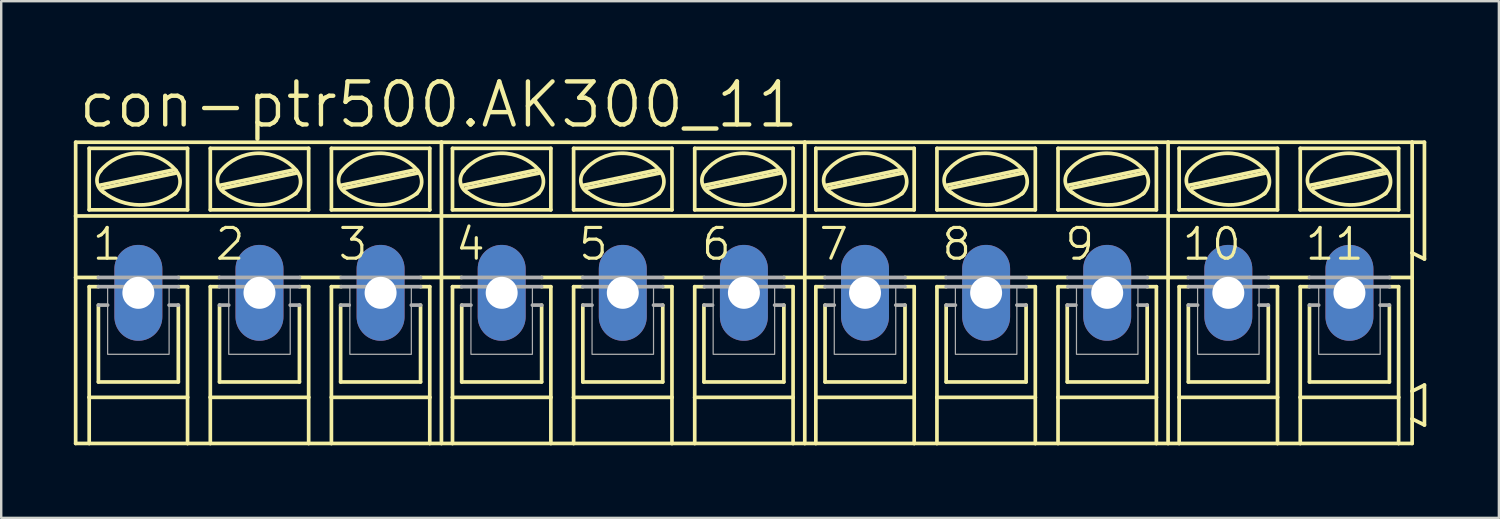
<source format=kicad_pcb>
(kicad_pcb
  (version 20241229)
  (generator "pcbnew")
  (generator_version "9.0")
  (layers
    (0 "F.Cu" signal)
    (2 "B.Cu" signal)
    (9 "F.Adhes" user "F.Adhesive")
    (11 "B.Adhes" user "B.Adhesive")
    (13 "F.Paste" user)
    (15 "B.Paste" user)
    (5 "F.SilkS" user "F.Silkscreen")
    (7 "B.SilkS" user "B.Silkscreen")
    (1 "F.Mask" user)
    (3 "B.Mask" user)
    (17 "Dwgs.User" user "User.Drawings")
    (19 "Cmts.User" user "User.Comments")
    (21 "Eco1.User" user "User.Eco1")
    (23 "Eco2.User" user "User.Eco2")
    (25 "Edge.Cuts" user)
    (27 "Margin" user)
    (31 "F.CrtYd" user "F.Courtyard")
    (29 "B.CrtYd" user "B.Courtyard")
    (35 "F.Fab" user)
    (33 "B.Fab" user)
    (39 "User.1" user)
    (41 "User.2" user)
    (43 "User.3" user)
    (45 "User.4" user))
  (footprint "con-ptr500.AK300_11"
    (layer "F.Cu")
    (at 27.686 9.049)
    (property "Reference" "con-ptr500.AK300_11" (at -27.584 -6.731 0) (layer "F.SilkS") (effects (font (size 1.778 1.778) (thickness 0.18)) (justify left bottom)))
    (attr through_hole)
    (fp_line (start -27.61 -3.175) (end -27.61 -6.223) (stroke (width 0.152) (type default)) (layer "F.SilkS"))
    (fp_line (start -27.61 -3.175) (end -12.497 -3.175) (stroke (width 0.152) (type default)) (layer "F.SilkS"))
    (fp_line (start -27.61 -0.635) (end -27.61 -3.175) (stroke (width 0.152) (type default)) (layer "F.SilkS"))
    (fp_line (start -27.61 -0.635) (end -26.67 -0.635) (stroke (width 0.152) (type default)) (layer "F.SilkS"))
    (fp_line (start -27.61 6.223) (end -27.61 -0.635) (stroke (width 0.152) (type default)) (layer "F.SilkS"))
    (fp_line (start -27.61 6.223) (end -27.051 6.223) (stroke (width 0.152) (type default)) (layer "F.SilkS"))
    (fp_line (start -27.051 -3.429) (end -27.051 -5.969) (stroke (width 0.152) (type default)) (layer "F.SilkS"))
    (fp_line (start -27.051 -0.254) (end -27.051 4.318) (stroke (width 0.152) (type default)) (layer "F.SilkS"))
    (fp_line (start -27.051 -0.254) (end -26.67 -0.254) (stroke (width 0.152) (type default)) (layer "F.SilkS"))
    (fp_line (start -27.051 4.318) (end -27.051 6.223) (stroke (width 0.152) (type default)) (layer "F.SilkS"))
    (fp_line (start -27.051 6.223) (end -22.987 6.223) (stroke (width 0.152) (type default)) (layer "F.SilkS"))
    (fp_line (start -26.67 3.683) (end -26.67 0.508) (stroke (width 0.152) (type default)) (layer "F.SilkS"))
    (fp_line (start -26.619 -4.445) (end -23.571 -5.08) (stroke (width 0.152) (type default)) (layer "F.SilkS"))
    (fp_line (start -26.492 -4.318) (end -23.444 -4.953) (stroke (width 0.152) (type default)) (layer "F.SilkS"))
    (fp_line (start -23.368 -0.635) (end -21.666 -0.635) (stroke (width 0.152) (type default)) (layer "F.SilkS"))
    (fp_line (start -23.368 3.683) (end -26.67 3.683) (stroke (width 0.152) (type default)) (layer "F.SilkS"))
    (fp_line (start -23.368 3.683) (end -23.368 0.508) (stroke (width 0.152) (type default)) (layer "F.SilkS"))
    (fp_line (start -22.987 -5.969) (end -27.051 -5.969) (stroke (width 0.152) (type default)) (layer "F.SilkS"))
    (fp_line (start -22.987 -3.429) (end -27.051 -3.429) (stroke (width 0.152) (type default)) (layer "F.SilkS"))
    (fp_line (start -22.987 -3.429) (end -22.987 -5.969) (stroke (width 0.152) (type default)) (layer "F.SilkS"))
    (fp_line (start -22.987 -0.254) (end -23.368 -0.254) (stroke (width 0.152) (type default)) (layer "F.SilkS"))
    (fp_line (start -22.987 4.318) (end -27.051 4.318) (stroke (width 0.152) (type default)) (layer "F.SilkS"))
    (fp_line (start -22.987 4.318) (end -22.987 -0.254) (stroke (width 0.152) (type default)) (layer "F.SilkS"))
    (fp_line (start -22.987 6.223) (end -22.987 4.318) (stroke (width 0.152) (type default)) (layer "F.SilkS"))
    (fp_line (start -22.987 6.223) (end -22.047 6.223) (stroke (width 0.152) (type default)) (layer "F.SilkS"))
    (fp_line (start -22.047 -5.969) (end -17.983 -5.969) (stroke (width 0.152) (type default)) (layer "F.SilkS"))
    (fp_line (start -22.047 -3.429) (end -22.047 -5.969) (stroke (width 0.152) (type default)) (layer "F.SilkS"))
    (fp_line (start -22.047 -0.254) (end -21.666 -0.254) (stroke (width 0.152) (type default)) (layer "F.SilkS"))
    (fp_line (start -22.047 4.318) (end -22.047 -0.254) (stroke (width 0.152) (type default)) (layer "F.SilkS"))
    (fp_line (start -22.047 4.318) (end -17.983 4.318) (stroke (width 0.152) (type default)) (layer "F.SilkS"))
    (fp_line (start -22.047 6.223) (end -22.047 4.318) (stroke (width 0.152) (type default)) (layer "F.SilkS"))
    (fp_line (start -22.047 6.223) (end -17.983 6.223) (stroke (width 0.152) (type default)) (layer "F.SilkS"))
    (fp_line (start -21.666 3.683) (end -21.666 0.508) (stroke (width 0.152) (type default)) (layer "F.SilkS"))
    (fp_line (start -21.641 -4.445) (end -18.593 -5.08) (stroke (width 0.152) (type default)) (layer "F.SilkS"))
    (fp_line (start -21.514 -4.318) (end -18.466 -4.953) (stroke (width 0.152) (type default)) (layer "F.SilkS"))
    (fp_line (start -18.364 3.683) (end -21.666 3.683) (stroke (width 0.152) (type default)) (layer "F.SilkS"))
    (fp_line (start -18.364 3.683) (end -18.364 0.508) (stroke (width 0.152) (type default)) (layer "F.SilkS"))
    (fp_line (start -18.339 -0.635) (end -16.662 -0.635) (stroke (width 0.152) (type default)) (layer "F.SilkS"))
    (fp_line (start -17.983 -5.969) (end -17.983 -3.429) (stroke (width 0.152) (type default)) (layer "F.SilkS"))
    (fp_line (start -17.983 -3.429) (end -22.047 -3.429) (stroke (width 0.152) (type default)) (layer "F.SilkS"))
    (fp_line (start -17.983 -0.254) (end -18.364 -0.254) (stroke (width 0.152) (type default)) (layer "F.SilkS"))
    (fp_line (start -17.983 -0.254) (end -17.983 4.318) (stroke (width 0.152) (type default)) (layer "F.SilkS"))
    (fp_line (start -17.983 4.318) (end -17.983 6.223) (stroke (width 0.152) (type default)) (layer "F.SilkS"))
    (fp_line (start -17.983 6.223) (end -17.043 6.223) (stroke (width 0.152) (type default)) (layer "F.SilkS"))
    (fp_line (start -17.043 -5.969) (end -12.979 -5.969) (stroke (width 0.152) (type default)) (layer "F.SilkS"))
    (fp_line (start -17.043 -3.429) (end -17.043 -5.969) (stroke (width 0.152) (type default)) (layer "F.SilkS"))
    (fp_line (start -17.043 -0.254) (end -16.637 -0.254) (stroke (width 0.152) (type default)) (layer "F.SilkS"))
    (fp_line (start -17.043 4.318) (end -17.043 -0.254) (stroke (width 0.152) (type default)) (layer "F.SilkS"))
    (fp_line (start -17.043 4.318) (end -12.979 4.318) (stroke (width 0.152) (type default)) (layer "F.SilkS"))
    (fp_line (start -17.043 6.223) (end -17.043 4.318) (stroke (width 0.152) (type default)) (layer "F.SilkS"))
    (fp_line (start -17.043 6.223) (end -12.979 6.223) (stroke (width 0.152) (type default)) (layer "F.SilkS"))
    (fp_line (start -16.662 3.683) (end -16.662 0.508) (stroke (width 0.152) (type default)) (layer "F.SilkS"))
    (fp_line (start -16.637 -4.445) (end -13.589 -5.08) (stroke (width 0.152) (type default)) (layer "F.SilkS"))
    (fp_line (start -16.51 -4.318) (end -13.462 -4.953) (stroke (width 0.152) (type default)) (layer "F.SilkS"))
    (fp_line (start -13.36 3.683) (end -16.662 3.683) (stroke (width 0.152) (type default)) (layer "F.SilkS"))
    (fp_line (start -13.36 3.683) (end -13.36 0.508) (stroke (width 0.152) (type default)) (layer "F.SilkS"))
    (fp_line (start -12.979 -5.969) (end -12.979 -3.429) (stroke (width 0.152) (type default)) (layer "F.SilkS"))
    (fp_line (start -12.979 -3.429) (end -17.043 -3.429) (stroke (width 0.152) (type default)) (layer "F.SilkS"))
    (fp_line (start -12.979 -0.254) (end -13.36 -0.254) (stroke (width 0.152) (type default)) (layer "F.SilkS"))
    (fp_line (start -12.979 -0.254) (end -12.979 4.318) (stroke (width 0.152) (type default)) (layer "F.SilkS"))
    (fp_line (start -12.979 4.318) (end -12.979 6.223) (stroke (width 0.152) (type default)) (layer "F.SilkS"))
    (fp_line (start -12.979 6.223) (end -12.497 6.223) (stroke (width 0.152) (type default)) (layer "F.SilkS"))
    (fp_line (start -12.497 -6.223) (end -27.61 -6.223) (stroke (width 0.152) (type default)) (layer "F.SilkS"))
    (fp_line (start -12.497 -3.175) (end -12.497 -6.223) (stroke (width 0.152) (type default)) (layer "F.SilkS"))
    (fp_line (start -12.497 -3.175) (end 2.515 -3.175) (stroke (width 0.152) (type default)) (layer "F.SilkS"))
    (fp_line (start -12.497 -0.635) (end -13.36 -0.635) (stroke (width 0.152) (type default)) (layer "F.SilkS"))
    (fp_line (start -12.497 -0.635) (end -12.497 -3.175) (stroke (width 0.152) (type default)) (layer "F.SilkS"))
    (fp_line (start -12.497 -0.635) (end -11.659 -0.635) (stroke (width 0.152) (type default)) (layer "F.SilkS"))
    (fp_line (start -12.497 6.223) (end -12.497 -0.635) (stroke (width 0.152) (type default)) (layer "F.SilkS"))
    (fp_line (start -12.497 6.223) (end -12.04 6.223) (stroke (width 0.152) (type default)) (layer "F.SilkS"))
    (fp_line (start -12.04 -3.429) (end -12.04 -5.969) (stroke (width 0.152) (type default)) (layer "F.SilkS"))
    (fp_line (start -12.04 -0.254) (end -12.04 4.318) (stroke (width 0.152) (type default)) (layer "F.SilkS"))
    (fp_line (start -12.04 -0.254) (end -11.659 -0.254) (stroke (width 0.152) (type default)) (layer "F.SilkS"))
    (fp_line (start -12.04 4.318) (end -12.04 6.223) (stroke (width 0.152) (type default)) (layer "F.SilkS"))
    (fp_line (start -12.04 6.223) (end -7.976 6.223) (stroke (width 0.152) (type default)) (layer "F.SilkS"))
    (fp_line (start -11.659 3.683) (end -11.659 0.508) (stroke (width 0.152) (type default)) (layer "F.SilkS"))
    (fp_line (start -11.608 -4.445) (end -8.56 -5.08) (stroke (width 0.152) (type default)) (layer "F.SilkS"))
    (fp_line (start -11.481 -4.318) (end -8.433 -4.953) (stroke (width 0.152) (type default)) (layer "F.SilkS"))
    (fp_line (start -8.357 -0.635) (end -6.655 -0.635) (stroke (width 0.152) (type default)) (layer "F.SilkS"))
    (fp_line (start -8.357 3.683) (end -11.659 3.683) (stroke (width 0.152) (type default)) (layer "F.SilkS"))
    (fp_line (start -8.357 3.683) (end -8.357 0.508) (stroke (width 0.152) (type default)) (layer "F.SilkS"))
    (fp_line (start -7.976 -5.969) (end -12.04 -5.969) (stroke (width 0.152) (type default)) (layer "F.SilkS"))
    (fp_line (start -7.976 -3.429) (end -12.04 -3.429) (stroke (width 0.152) (type default)) (layer "F.SilkS"))
    (fp_line (start -7.976 -3.429) (end -7.976 -5.969) (stroke (width 0.152) (type default)) (layer "F.SilkS"))
    (fp_line (start -7.976 -0.254) (end -8.357 -0.254) (stroke (width 0.152) (type default)) (layer "F.SilkS"))
    (fp_line (start -7.976 4.318) (end -12.04 4.318) (stroke (width 0.152) (type default)) (layer "F.SilkS"))
    (fp_line (start -7.976 4.318) (end -7.976 -0.254) (stroke (width 0.152) (type default)) (layer "F.SilkS"))
    (fp_line (start -7.976 6.223) (end -7.976 4.318) (stroke (width 0.152) (type default)) (layer "F.SilkS"))
    (fp_line (start -7.976 6.223) (end -7.036 6.223) (stroke (width 0.152) (type default)) (layer "F.SilkS"))
    (fp_line (start -7.036 -5.969) (end -2.972 -5.969) (stroke (width 0.152) (type default)) (layer "F.SilkS"))
    (fp_line (start -7.036 -3.429) (end -7.036 -5.969) (stroke (width 0.152) (type default)) (layer "F.SilkS"))
    (fp_line (start -7.036 -0.254) (end -6.655 -0.254) (stroke (width 0.152) (type default)) (layer "F.SilkS"))
    (fp_line (start -7.036 4.318) (end -7.036 -0.254) (stroke (width 0.152) (type default)) (layer "F.SilkS"))
    (fp_line (start -7.036 4.318) (end -2.972 4.318) (stroke (width 0.152) (type default)) (layer "F.SilkS"))
    (fp_line (start -7.036 6.223) (end -7.036 4.318) (stroke (width 0.152) (type default)) (layer "F.SilkS"))
    (fp_line (start -7.036 6.223) (end -2.972 6.223) (stroke (width 0.152) (type default)) (layer "F.SilkS"))
    (fp_line (start -6.655 3.683) (end -6.655 0.508) (stroke (width 0.152) (type default)) (layer "F.SilkS"))
    (fp_line (start -6.629 -4.445) (end -3.581 -5.08) (stroke (width 0.152) (type default)) (layer "F.SilkS"))
    (fp_line (start -6.502 -4.318) (end -3.454 -4.953) (stroke (width 0.152) (type default)) (layer "F.SilkS"))
    (fp_line (start -3.353 3.683) (end -6.655 3.683) (stroke (width 0.152) (type default)) (layer "F.SilkS"))
    (fp_line (start -3.353 3.683) (end -3.353 0.508) (stroke (width 0.152) (type default)) (layer "F.SilkS"))
    (fp_line (start -3.327 -0.635) (end -1.651 -0.635) (stroke (width 0.152) (type default)) (layer "F.SilkS"))
    (fp_line (start -2.972 -5.969) (end -2.972 -3.429) (stroke (width 0.152) (type default)) (layer "F.SilkS"))
    (fp_line (start -2.972 -3.429) (end -7.036 -3.429) (stroke (width 0.152) (type default)) (layer "F.SilkS"))
    (fp_line (start -2.972 -0.254) (end -3.353 -0.254) (stroke (width 0.152) (type default)) (layer "F.SilkS"))
    (fp_line (start -2.972 -0.254) (end -2.972 4.318) (stroke (width 0.152) (type default)) (layer "F.SilkS"))
    (fp_line (start -2.972 4.318) (end -2.972 6.223) (stroke (width 0.152) (type default)) (layer "F.SilkS"))
    (fp_line (start -2.972 6.223) (end -2.032 6.223) (stroke (width 0.152) (type default)) (layer "F.SilkS"))
    (fp_line (start -2.032 -5.969) (end 2.032 -5.969) (stroke (width 0.152) (type default)) (layer "F.SilkS"))
    (fp_line (start -2.032 -3.429) (end -2.032 -5.969) (stroke (width 0.152) (type default)) (layer "F.SilkS"))
    (fp_line (start -2.032 -0.254) (end -1.626 -0.254) (stroke (width 0.152) (type default)) (layer "F.SilkS"))
    (fp_line (start -2.032 4.318) (end -2.032 -0.254) (stroke (width 0.152) (type default)) (layer "F.SilkS"))
    (fp_line (start -2.032 4.318) (end 2.032 4.318) (stroke (width 0.152) (type default)) (layer "F.SilkS"))
    (fp_line (start -2.032 6.223) (end -2.032 4.318) (stroke (width 0.152) (type default)) (layer "F.SilkS"))
    (fp_line (start -2.032 6.223) (end 2.032 6.223) (stroke (width 0.152) (type default)) (layer "F.SilkS"))
    (fp_line (start -1.651 3.683) (end -1.651 0.508) (stroke (width 0.152) (type default)) (layer "F.SilkS"))
    (fp_line (start -1.626 -4.445) (end 1.422 -5.08) (stroke (width 0.152) (type default)) (layer "F.SilkS"))
    (fp_line (start -1.499 -4.318) (end 1.549 -4.953) (stroke (width 0.152) (type default)) (layer "F.SilkS"))
    (fp_line (start 1.651 3.683) (end -1.651 3.683) (stroke (width 0.152) (type default)) (layer "F.SilkS"))
    (fp_line (start 1.651 3.683) (end 1.651 0.508) (stroke (width 0.152) (type default)) (layer "F.SilkS"))
    (fp_line (start 2.032 -5.969) (end 2.032 -3.429) (stroke (width 0.152) (type default)) (layer "F.SilkS"))
    (fp_line (start 2.032 -3.429) (end -2.032 -3.429) (stroke (width 0.152) (type default)) (layer "F.SilkS"))
    (fp_line (start 2.032 -0.254) (end 1.651 -0.254) (stroke (width 0.152) (type default)) (layer "F.SilkS"))
    (fp_line (start 2.032 -0.254) (end 2.032 4.318) (stroke (width 0.152) (type default)) (layer "F.SilkS"))
    (fp_line (start 2.032 4.318) (end 2.032 6.223) (stroke (width 0.152) (type default)) (layer "F.SilkS"))
    (fp_line (start 2.032 6.223) (end 2.515 6.223) (stroke (width 0.152) (type default)) (layer "F.SilkS"))
    (fp_line (start 2.515 -6.223) (end -12.497 -6.223) (stroke (width 0.152) (type default)) (layer "F.SilkS"))
    (fp_line (start 2.515 -3.175) (end 2.515 -6.223) (stroke (width 0.152) (type default)) (layer "F.SilkS"))
    (fp_line (start 2.515 -3.175) (end 17.526 -3.175) (stroke (width 0.152) (type default)) (layer "F.SilkS"))
    (fp_line (start 2.515 -0.635) (end 1.651 -0.635) (stroke (width 0.152) (type default)) (layer "F.SilkS"))
    (fp_line (start 2.515 -0.635) (end 2.515 -3.175) (stroke (width 0.152) (type default)) (layer "F.SilkS"))
    (fp_line (start 2.515 -0.635) (end 3.353 -0.635) (stroke (width 0.152) (type default)) (layer "F.SilkS"))
    (fp_line (start 2.515 6.223) (end 2.515 -0.635) (stroke (width 0.152) (type default)) (layer "F.SilkS"))
    (fp_line (start 2.515 6.223) (end 2.972 6.223) (stroke (width 0.152) (type default)) (layer "F.SilkS"))
    (fp_line (start 2.972 -3.429) (end 2.972 -5.969) (stroke (width 0.152) (type default)) (layer "F.SilkS"))
    (fp_line (start 2.972 -0.254) (end 2.972 4.318) (stroke (width 0.152) (type default)) (layer "F.SilkS"))
    (fp_line (start 2.972 -0.254) (end 3.353 -0.254) (stroke (width 0.152) (type default)) (layer "F.SilkS"))
    (fp_line (start 2.972 4.318) (end 2.972 6.223) (stroke (width 0.152) (type default)) (layer "F.SilkS"))
    (fp_line (start 2.972 6.223) (end 7.036 6.223) (stroke (width 0.152) (type default)) (layer "F.SilkS"))
    (fp_line (start 3.353 3.683) (end 3.353 0.508) (stroke (width 0.152) (type default)) (layer "F.SilkS"))
    (fp_line (start 3.404 -4.445) (end 6.452 -5.08) (stroke (width 0.152) (type default)) (layer "F.SilkS"))
    (fp_line (start 3.531 -4.318) (end 6.579 -4.953) (stroke (width 0.152) (type default)) (layer "F.SilkS"))
    (fp_line (start 6.655 -0.635) (end 8.357 -0.635) (stroke (width 0.152) (type default)) (layer "F.SilkS"))
    (fp_line (start 6.655 3.683) (end 3.353 3.683) (stroke (width 0.152) (type default)) (layer "F.SilkS"))
    (fp_line (start 6.655 3.683) (end 6.655 0.508) (stroke (width 0.152) (type default)) (layer "F.SilkS"))
    (fp_line (start 7.036 -5.969) (end 2.972 -5.969) (stroke (width 0.152) (type default)) (layer "F.SilkS"))
    (fp_line (start 7.036 -3.429) (end 2.972 -3.429) (stroke (width 0.152) (type default)) (layer "F.SilkS"))
    (fp_line (start 7.036 -3.429) (end 7.036 -5.969) (stroke (width 0.152) (type default)) (layer "F.SilkS"))
    (fp_line (start 7.036 -0.254) (end 6.655 -0.254) (stroke (width 0.152) (type default)) (layer "F.SilkS"))
    (fp_line (start 7.036 4.318) (end 2.972 4.318) (stroke (width 0.152) (type default)) (layer "F.SilkS"))
    (fp_line (start 7.036 4.318) (end 7.036 -0.254) (stroke (width 0.152) (type default)) (layer "F.SilkS"))
    (fp_line (start 7.036 6.223) (end 7.036 4.318) (stroke (width 0.152) (type default)) (layer "F.SilkS"))
    (fp_line (start 7.036 6.223) (end 7.976 6.223) (stroke (width 0.152) (type default)) (layer "F.SilkS"))
    (fp_line (start 7.976 -5.969) (end 12.04 -5.969) (stroke (width 0.152) (type default)) (layer "F.SilkS"))
    (fp_line (start 7.976 -3.429) (end 7.976 -5.969) (stroke (width 0.152) (type default)) (layer "F.SilkS"))
    (fp_line (start 7.976 -0.254) (end 8.357 -0.254) (stroke (width 0.152) (type default)) (layer "F.SilkS"))
    (fp_line (start 7.976 4.318) (end 7.976 -0.254) (stroke (width 0.152) (type default)) (layer "F.SilkS"))
    (fp_line (start 7.976 4.318) (end 12.04 4.318) (stroke (width 0.152) (type default)) (layer "F.SilkS"))
    (fp_line (start 7.976 6.223) (end 7.976 4.318) (stroke (width 0.152) (type default)) (layer "F.SilkS"))
    (fp_line (start 7.976 6.223) (end 12.04 6.223) (stroke (width 0.152) (type default)) (layer "F.SilkS"))
    (fp_line (start 8.357 3.683) (end 8.357 0.508) (stroke (width 0.152) (type default)) (layer "F.SilkS"))
    (fp_line (start 8.382 -4.445) (end 11.43 -5.08) (stroke (width 0.152) (type default)) (layer "F.SilkS"))
    (fp_line (start 8.509 -4.318) (end 11.557 -4.953) (stroke (width 0.152) (type default)) (layer "F.SilkS"))
    (fp_line (start 11.659 3.683) (end 8.357 3.683) (stroke (width 0.152) (type default)) (layer "F.SilkS"))
    (fp_line (start 11.659 3.683) (end 11.659 0.508) (stroke (width 0.152) (type default)) (layer "F.SilkS"))
    (fp_line (start 11.684 -0.635) (end 13.36 -0.635) (stroke (width 0.152) (type default)) (layer "F.SilkS"))
    (fp_line (start 12.04 -5.969) (end 12.04 -3.429) (stroke (width 0.152) (type default)) (layer "F.SilkS"))
    (fp_line (start 12.04 -3.429) (end 7.976 -3.429) (stroke (width 0.152) (type default)) (layer "F.SilkS"))
    (fp_line (start 12.04 -0.254) (end 11.659 -0.254) (stroke (width 0.152) (type default)) (layer "F.SilkS"))
    (fp_line (start 12.04 -0.254) (end 12.04 4.318) (stroke (width 0.152) (type default)) (layer "F.SilkS"))
    (fp_line (start 12.04 4.318) (end 12.04 6.223) (stroke (width 0.152) (type default)) (layer "F.SilkS"))
    (fp_line (start 12.04 6.223) (end 12.979 6.223) (stroke (width 0.152) (type default)) (layer "F.SilkS"))
    (fp_line (start 12.979 -5.969) (end 17.043 -5.969) (stroke (width 0.152) (type default)) (layer "F.SilkS"))
    (fp_line (start 12.979 -3.429) (end 12.979 -5.969) (stroke (width 0.152) (type default)) (layer "F.SilkS"))
    (fp_line (start 12.979 -0.254) (end 13.386 -0.254) (stroke (width 0.152) (type default)) (layer "F.SilkS"))
    (fp_line (start 12.979 4.318) (end 12.979 -0.254) (stroke (width 0.152) (type default)) (layer "F.SilkS"))
    (fp_line (start 12.979 4.318) (end 17.043 4.318) (stroke (width 0.152) (type default)) (layer "F.SilkS"))
    (fp_line (start 12.979 6.223) (end 12.979 4.318) (stroke (width 0.152) (type default)) (layer "F.SilkS"))
    (fp_line (start 12.979 6.223) (end 17.043 6.223) (stroke (width 0.152) (type default)) (layer "F.SilkS"))
    (fp_line (start 13.36 3.683) (end 13.36 0.508) (stroke (width 0.152) (type default)) (layer "F.SilkS"))
    (fp_line (start 13.386 -4.445) (end 16.434 -5.08) (stroke (width 0.152) (type default)) (layer "F.SilkS"))
    (fp_line (start 13.513 -4.318) (end 16.561 -4.953) (stroke (width 0.152) (type default)) (layer "F.SilkS"))
    (fp_line (start 16.662 3.683) (end 13.36 3.683) (stroke (width 0.152) (type default)) (layer "F.SilkS"))
    (fp_line (start 16.662 3.683) (end 16.662 0.508) (stroke (width 0.152) (type default)) (layer "F.SilkS"))
    (fp_line (start 17.043 -5.969) (end 17.043 -3.429) (stroke (width 0.152) (type default)) (layer "F.SilkS"))
    (fp_line (start 17.043 -3.429) (end 12.979 -3.429) (stroke (width 0.152) (type default)) (layer "F.SilkS"))
    (fp_line (start 17.043 -0.254) (end 16.662 -0.254) (stroke (width 0.152) (type default)) (layer "F.SilkS"))
    (fp_line (start 17.043 -0.254) (end 17.043 4.318) (stroke (width 0.152) (type default)) (layer "F.SilkS"))
    (fp_line (start 17.043 4.318) (end 17.043 6.223) (stroke (width 0.152) (type default)) (layer "F.SilkS"))
    (fp_line (start 17.043 6.223) (end 17.526 6.223) (stroke (width 0.152) (type default)) (layer "F.SilkS"))
    (fp_line (start 17.526 -6.223) (end 2.515 -6.223) (stroke (width 0.152) (type default)) (layer "F.SilkS"))
    (fp_line (start 17.526 -3.175) (end 17.526 -6.223) (stroke (width 0.152) (type default)) (layer "F.SilkS"))
    (fp_line (start 17.526 -3.175) (end 27.61 -3.175) (stroke (width 0.152) (type default)) (layer "F.SilkS"))
    (fp_line (start 17.526 -0.635) (end 16.662 -0.635) (stroke (width 0.152) (type default)) (layer "F.SilkS"))
    (fp_line (start 17.526 -0.635) (end 17.526 -3.175) (stroke (width 0.152) (type default)) (layer "F.SilkS"))
    (fp_line (start 17.526 -0.635) (end 18.364 -0.635) (stroke (width 0.152) (type default)) (layer "F.SilkS"))
    (fp_line (start 17.526 6.223) (end 17.526 -0.635) (stroke (width 0.152) (type default)) (layer "F.SilkS"))
    (fp_line (start 17.526 6.223) (end 17.983 6.223) (stroke (width 0.152) (type default)) (layer "F.SilkS"))
    (fp_line (start 17.983 -3.429) (end 17.983 -5.969) (stroke (width 0.152) (type default)) (layer "F.SilkS"))
    (fp_line (start 17.983 -0.254) (end 17.983 4.318) (stroke (width 0.152) (type default)) (layer "F.SilkS"))
    (fp_line (start 17.983 -0.254) (end 18.364 -0.254) (stroke (width 0.152) (type default)) (layer "F.SilkS"))
    (fp_line (start 17.983 4.318) (end 17.983 6.223) (stroke (width 0.152) (type default)) (layer "F.SilkS"))
    (fp_line (start 17.983 6.223) (end 22.047 6.223) (stroke (width 0.152) (type default)) (layer "F.SilkS"))
    (fp_line (start 18.364 3.683) (end 18.364 0.508) (stroke (width 0.152) (type default)) (layer "F.SilkS"))
    (fp_line (start 18.39 -4.445) (end 21.438 -5.08) (stroke (width 0.152) (type default)) (layer "F.SilkS"))
    (fp_line (start 18.517 -4.318) (end 21.565 -4.953) (stroke (width 0.152) (type default)) (layer "F.SilkS"))
    (fp_line (start 21.666 -0.635) (end 23.368 -0.635) (stroke (width 0.152) (type default)) (layer "F.SilkS"))
    (fp_line (start 21.666 3.683) (end 18.364 3.683) (stroke (width 0.152) (type default)) (layer "F.SilkS"))
    (fp_line (start 21.666 3.683) (end 21.666 0.508) (stroke (width 0.152) (type default)) (layer "F.SilkS"))
    (fp_line (start 22.047 -5.969) (end 17.983 -5.969) (stroke (width 0.152) (type default)) (layer "F.SilkS"))
    (fp_line (start 22.047 -3.429) (end 17.983 -3.429) (stroke (width 0.152) (type default)) (layer "F.SilkS"))
    (fp_line (start 22.047 -3.429) (end 22.047 -5.969) (stroke (width 0.152) (type default)) (layer "F.SilkS"))
    (fp_line (start 22.047 -0.254) (end 21.666 -0.254) (stroke (width 0.152) (type default)) (layer "F.SilkS"))
    (fp_line (start 22.047 4.318) (end 17.983 4.318) (stroke (width 0.152) (type default)) (layer "F.SilkS"))
    (fp_line (start 22.047 4.318) (end 22.047 -0.254) (stroke (width 0.152) (type default)) (layer "F.SilkS"))
    (fp_line (start 22.047 6.223) (end 22.047 4.318) (stroke (width 0.152) (type default)) (layer "F.SilkS"))
    (fp_line (start 22.047 6.223) (end 22.987 6.223) (stroke (width 0.152) (type default)) (layer "F.SilkS"))
    (fp_line (start 22.987 -5.969) (end 27.051 -5.969) (stroke (width 0.152) (type default)) (layer "F.SilkS"))
    (fp_line (start 22.987 -3.429) (end 22.987 -5.969) (stroke (width 0.152) (type default)) (layer "F.SilkS"))
    (fp_line (start 22.987 -0.254) (end 23.368 -0.254) (stroke (width 0.152) (type default)) (layer "F.SilkS"))
    (fp_line (start 22.987 4.318) (end 22.987 -0.254) (stroke (width 0.152) (type default)) (layer "F.SilkS"))
    (fp_line (start 22.987 4.318) (end 27.051 4.318) (stroke (width 0.152) (type default)) (layer "F.SilkS"))
    (fp_line (start 22.987 6.223) (end 22.987 4.318) (stroke (width 0.152) (type default)) (layer "F.SilkS"))
    (fp_line (start 22.987 6.223) (end 27.051 6.223) (stroke (width 0.152) (type default)) (layer "F.SilkS"))
    (fp_line (start 23.368 3.683) (end 23.368 0.508) (stroke (width 0.152) (type default)) (layer "F.SilkS"))
    (fp_line (start 23.393 -4.445) (end 26.441 -5.08) (stroke (width 0.152) (type default)) (layer "F.SilkS"))
    (fp_line (start 23.52 -4.318) (end 26.568 -4.953) (stroke (width 0.152) (type default)) (layer "F.SilkS"))
    (fp_line (start 26.67 3.683) (end 23.368 3.683) (stroke (width 0.152) (type default)) (layer "F.SilkS"))
    (fp_line (start 26.67 3.683) (end 26.67 0.508) (stroke (width 0.152) (type default)) (layer "F.SilkS"))
    (fp_line (start 27.051 -5.969) (end 27.051 -3.429) (stroke (width 0.152) (type default)) (layer "F.SilkS"))
    (fp_line (start 27.051 -3.429) (end 22.987 -3.429) (stroke (width 0.152) (type default)) (layer "F.SilkS"))
    (fp_line (start 27.051 -0.254) (end 26.67 -0.254) (stroke (width 0.152) (type default)) (layer "F.SilkS"))
    (fp_line (start 27.051 -0.254) (end 27.051 4.318) (stroke (width 0.152) (type default)) (layer "F.SilkS"))
    (fp_line (start 27.051 4.318) (end 27.051 6.223) (stroke (width 0.152) (type default)) (layer "F.SilkS"))
    (fp_line (start 27.051 6.223) (end 27.61 6.223) (stroke (width 0.152) (type default)) (layer "F.SilkS"))
    (fp_line (start 27.61 -6.223) (end 17.526 -6.223) (stroke (width 0.152) (type default)) (layer "F.SilkS"))
    (fp_line (start 27.61 -6.223) (end 27.61 -3.175) (stroke (width 0.152) (type default)) (layer "F.SilkS"))
    (fp_line (start 27.61 -6.223) (end 28.118 -6.223) (stroke (width 0.152) (type default)) (layer "F.SilkS"))
    (fp_line (start 27.61 -3.175) (end 27.61 -1.651) (stroke (width 0.152) (type default)) (layer "F.SilkS"))
    (fp_line (start 27.61 -1.651) (end 27.61 -0.635) (stroke (width 0.152) (type default)) (layer "F.SilkS"))
    (fp_line (start 27.61 -0.635) (end 26.67 -0.635) (stroke (width 0.152) (type default)) (layer "F.SilkS"))
    (fp_line (start 27.61 -0.635) (end 27.61 4.064) (stroke (width 0.152) (type default)) (layer "F.SilkS"))
    (fp_line (start 27.61 4.064) (end 27.61 5.207) (stroke (width 0.152) (type default)) (layer "F.SilkS"))
    (fp_line (start 27.61 5.207) (end 27.61 6.223) (stroke (width 0.152) (type default)) (layer "F.SilkS"))
    (fp_line (start 28.118 -6.223) (end 28.118 -1.397) (stroke (width 0.152) (type default)) (layer "F.SilkS"))
    (fp_line (start 28.118 -1.397) (end 27.61 -1.651) (stroke (width 0.152) (type default)) (layer "F.SilkS"))
    (fp_line (start 28.118 3.81) (end 27.61 4.064) (stroke (width 0.152) (type default)) (layer "F.SilkS"))
    (fp_line (start 28.118 3.81) (end 28.118 5.461) (stroke (width 0.152) (type default)) (layer "F.SilkS"))
    (fp_line (start 28.118 5.461) (end 27.61 5.207) (stroke (width 0.152) (type default)) (layer "F.SilkS"))
    (fp_arc (start -26.6192 -5.0038) (mid -25.054827 -5.766949) (end -23.4648 -5.0588) (stroke (width 0.1524) (type default)) (layer "F.SilkS"))
    (fp_arc (start -26.4247 -4.1297) (mid -26.722624 -4.557025) (end -26.5684 -5.0546) (stroke (width 0.1524) (type default)) (layer "F.SilkS"))
    (fp_arc (start -23.479 -4.1188) (mid -24.980903 -3.631243) (end -26.4668 -4.1656) (stroke (width 0.1524) (type default)) (layer "F.SilkS"))
    (fp_arc (start -23.4697 -5.0545) (mid -23.29534 -4.558084) (end -23.5254 -4.0849) (stroke (width 0.1524) (type default)) (layer "F.SilkS"))
    (fp_arc (start -21.6408 -5.0038) (mid -20.076427 -5.766949) (end -18.4864 -5.0588) (stroke (width 0.1524) (type default)) (layer "F.SilkS"))
    (fp_arc (start -21.4463 -4.1297) (mid -21.744224 -4.557025) (end -21.59 -5.0546) (stroke (width 0.1524) (type default)) (layer "F.SilkS"))
    (fp_arc (start -18.5006 -4.1188) (mid -20.002503 -3.631243) (end -21.4884 -4.1656) (stroke (width 0.1524) (type default)) (layer "F.SilkS"))
    (fp_arc (start -18.4913 -5.0545) (mid -18.31694 -4.558084) (end -18.547 -4.0849) (stroke (width 0.1524) (type default)) (layer "F.SilkS"))
    (fp_arc (start -16.637 -5.0038) (mid -15.072627 -5.766949) (end -13.4826 -5.0588) (stroke (width 0.1524) (type default)) (layer "F.SilkS"))
    (fp_arc (start -16.4425 -4.1297) (mid -16.740424 -4.557025) (end -16.5862 -5.0546) (stroke (width 0.1524) (type default)) (layer "F.SilkS"))
    (fp_arc (start -13.4968 -4.1188) (mid -14.998703 -3.631243) (end -16.4846 -4.1656) (stroke (width 0.1524) (type default)) (layer "F.SilkS"))
    (fp_arc (start -13.4875 -5.0545) (mid -13.31314 -4.558084) (end -13.5432 -4.0849) (stroke (width 0.1524) (type default)) (layer "F.SilkS"))
    (fp_arc (start -11.6078 -5.0038) (mid -10.043427 -5.766949) (end -8.4534 -5.0588) (stroke (width 0.1524) (type default)) (layer "F.SilkS"))
    (fp_arc (start -11.4133 -4.1297) (mid -11.711224 -4.557025) (end -11.557 -5.0546) (stroke (width 0.1524) (type default)) (layer "F.SilkS"))
    (fp_arc (start -8.4676 -4.1188) (mid -9.969503 -3.631243) (end -11.4554 -4.1656) (stroke (width 0.1524) (type default)) (layer "F.SilkS"))
    (fp_arc (start -8.4583 -5.0545) (mid -8.28394 -4.558084) (end -8.514 -4.0849) (stroke (width 0.1524) (type default)) (layer "F.SilkS"))
    (fp_arc (start -6.6294 -5.0038) (mid -5.065027 -5.766949) (end -3.475 -5.0588) (stroke (width 0.1524) (type default)) (layer "F.SilkS"))
    (fp_arc (start -6.4349 -4.1297) (mid -6.732824 -4.557025) (end -6.5786 -5.0546) (stroke (width 0.1524) (type default)) (layer "F.SilkS"))
    (fp_arc (start -3.4892 -4.1188) (mid -4.991103 -3.631243) (end -6.477 -4.1656) (stroke (width 0.1524) (type default)) (layer "F.SilkS"))
    (fp_arc (start -3.4799 -5.0545) (mid -3.30554 -4.558084) (end -3.5356 -4.0849) (stroke (width 0.1524) (type default)) (layer "F.SilkS"))
    (fp_arc (start -1.6256 -5.0038) (mid -0.061227 -5.766949) (end 1.5288 -5.0588) (stroke (width 0.1524) (type default)) (layer "F.SilkS"))
    (fp_arc (start -1.4311 -4.1297) (mid -1.729024 -4.557025) (end -1.5748 -5.0546) (stroke (width 0.1524) (type default)) (layer "F.SilkS"))
    (fp_arc (start 1.5146 -4.1189) (mid 0.012713 -3.631282) (end -1.4732 -4.1656) (stroke (width 0.1524) (type default)) (layer "F.SilkS"))
    (fp_arc (start 1.5239 -5.0545) (mid 1.69826 -4.558084) (end 1.4682 -4.0849) (stroke (width 0.1524) (type default)) (layer "F.SilkS"))
    (fp_arc (start 3.4036 -5.0038) (mid 4.96792 -5.766808) (end 6.5578 -5.0586) (stroke (width 0.1524) (type default)) (layer "F.SilkS"))
    (fp_arc (start 3.5981 -4.1297) (mid 3.300176 -4.557025) (end 3.4544 -5.0546) (stroke (width 0.1524) (type default)) (layer "F.SilkS"))
    (fp_arc (start 6.5438 -4.1189) (mid 5.041913 -3.631282) (end 3.556 -4.1656) (stroke (width 0.1524) (type default)) (layer "F.SilkS"))
    (fp_arc (start 6.5531 -5.0545) (mid 6.72746 -4.558084) (end 6.4974 -4.0849) (stroke (width 0.1524) (type default)) (layer "F.SilkS"))
    (fp_arc (start 8.382 -5.0038) (mid 9.94632 -5.766808) (end 11.5362 -5.0586) (stroke (width 0.1524) (type default)) (layer "F.SilkS"))
    (fp_arc (start 8.5765 -4.1297) (mid 8.278576 -4.557025) (end 8.4328 -5.0546) (stroke (width 0.1524) (type default)) (layer "F.SilkS"))
    (fp_arc (start 11.5222 -4.1189) (mid 10.020313 -3.631282) (end 8.5344 -4.1656) (stroke (width 0.1524) (type default)) (layer "F.SilkS"))
    (fp_arc (start 11.5315 -5.0545) (mid 11.70586 -4.558084) (end 11.4758 -4.0849) (stroke (width 0.1524) (type default)) (layer "F.SilkS"))
    (fp_arc (start 13.3858 -5.0038) (mid 14.95012 -5.766808) (end 16.54 -5.0586) (stroke (width 0.1524) (type default)) (layer "F.SilkS"))
    (fp_arc (start 13.5803 -4.1297) (mid 13.282376 -4.557025) (end 13.4366 -5.0546) (stroke (width 0.1524) (type default)) (layer "F.SilkS"))
    (fp_arc (start 16.526 -4.1189) (mid 15.024113 -3.631282) (end 13.5382 -4.1656) (stroke (width 0.1524) (type default)) (layer "F.SilkS"))
    (fp_arc (start 16.5353 -5.0545) (mid 16.70966 -4.558084) (end 16.4796 -4.0849) (stroke (width 0.1524) (type default)) (layer "F.SilkS"))
    (fp_arc (start 18.3896 -5.0038) (mid 19.95392 -5.766808) (end 21.5438 -5.0586) (stroke (width 0.1524) (type default)) (layer "F.SilkS"))
    (fp_arc (start 18.5841 -4.1297) (mid 18.286176 -4.557025) (end 18.4404 -5.0546) (stroke (width 0.1524) (type default)) (layer "F.SilkS"))
    (fp_arc (start 21.5298 -4.1189) (mid 20.027913 -3.631282) (end 18.542 -4.1656) (stroke (width 0.1524) (type default)) (layer "F.SilkS"))
    (fp_arc (start 21.5391 -5.0545) (mid 21.71346 -4.558084) (end 21.4834 -4.0849) (stroke (width 0.1524) (type default)) (layer "F.SilkS"))
    (fp_arc (start 23.3934 -5.0038) (mid 24.95772 -5.766808) (end 26.5476 -5.0586) (stroke (width 0.1524) (type default)) (layer "F.SilkS"))
    (fp_arc (start 23.5879 -4.1297) (mid 23.289976 -4.557025) (end 23.4442 -5.0546) (stroke (width 0.1524) (type default)) (layer "F.SilkS"))
    (fp_arc (start 26.5336 -4.1189) (mid 25.031713 -3.631282) (end 23.5458 -4.1656) (stroke (width 0.1524) (type default)) (layer "F.SilkS"))
    (fp_arc (start 26.5429 -5.0545) (mid 26.71726 -4.558084) (end 26.4872 -4.0849) (stroke (width 0.1524) (type default)) (layer "F.SilkS"))
    (fp_line (start -26.67 -0.635) (end -23.368 -0.635) (stroke (width 0.152) (type default)) (layer "F.Fab"))
    (fp_line (start -26.67 0.508) (end -26.289 0.508) (stroke (width 0.152) (type default)) (layer "F.Fab"))
    (fp_line (start -23.368 -0.254) (end -26.67 -0.254) (stroke (width 0.152) (type default)) (layer "F.Fab"))
    (fp_line (start -23.368 0.508) (end -23.749 0.508) (stroke (width 0.152) (type default)) (layer "F.Fab"))
    (fp_line (start -21.666 -0.254) (end -18.364 -0.254) (stroke (width 0.152) (type default)) (layer "F.Fab"))
    (fp_line (start -21.666 0.508) (end -21.285 0.508) (stroke (width 0.152) (type default)) (layer "F.Fab"))
    (fp_line (start -18.364 -0.635) (end -21.666 -0.635) (stroke (width 0.152) (type default)) (layer "F.Fab"))
    (fp_line (start -18.364 0.508) (end -18.745 0.508) (stroke (width 0.152) (type default)) (layer "F.Fab"))
    (fp_line (start -16.662 0.508) (end -16.307 0.508) (stroke (width 0.152) (type default)) (layer "F.Fab"))
    (fp_line (start -16.637 -0.254) (end -13.36 -0.254) (stroke (width 0.152) (type default)) (layer "F.Fab"))
    (fp_line (start -13.36 -0.635) (end -16.637 -0.635) (stroke (width 0.152) (type default)) (layer "F.Fab"))
    (fp_line (start -13.36 0.508) (end -13.741 0.508) (stroke (width 0.152) (type default)) (layer "F.Fab"))
    (fp_line (start -11.659 -0.635) (end -8.357 -0.635) (stroke (width 0.152) (type default)) (layer "F.Fab"))
    (fp_line (start -11.659 0.508) (end -11.278 0.508) (stroke (width 0.152) (type default)) (layer "F.Fab"))
    (fp_line (start -8.357 -0.254) (end -11.659 -0.254) (stroke (width 0.152) (type default)) (layer "F.Fab"))
    (fp_line (start -8.357 0.508) (end -8.738 0.508) (stroke (width 0.152) (type default)) (layer "F.Fab"))
    (fp_line (start -6.655 -0.254) (end -3.353 -0.254) (stroke (width 0.152) (type default)) (layer "F.Fab"))
    (fp_line (start -6.655 0.508) (end -6.274 0.508) (stroke (width 0.152) (type default)) (layer "F.Fab"))
    (fp_line (start -3.353 -0.635) (end -6.655 -0.635) (stroke (width 0.152) (type default)) (layer "F.Fab"))
    (fp_line (start -3.353 0.508) (end -3.734 0.508) (stroke (width 0.152) (type default)) (layer "F.Fab"))
    (fp_line (start -1.651 0.508) (end -1.295 0.508) (stroke (width 0.152) (type default)) (layer "F.Fab"))
    (fp_line (start -1.626 -0.254) (end 1.651 -0.254) (stroke (width 0.152) (type default)) (layer "F.Fab"))
    (fp_line (start 1.651 -0.635) (end -1.626 -0.635) (stroke (width 0.152) (type default)) (layer "F.Fab"))
    (fp_line (start 1.651 0.508) (end 1.27 0.508) (stroke (width 0.152) (type default)) (layer "F.Fab"))
    (fp_line (start 3.353 -0.635) (end 6.655 -0.635) (stroke (width 0.152) (type default)) (layer "F.Fab"))
    (fp_line (start 3.353 0.508) (end 3.734 0.508) (stroke (width 0.152) (type default)) (layer "F.Fab"))
    (fp_line (start 6.655 -0.254) (end 3.353 -0.254) (stroke (width 0.152) (type default)) (layer "F.Fab"))
    (fp_line (start 6.655 0.508) (end 6.274 0.508) (stroke (width 0.152) (type default)) (layer "F.Fab"))
    (fp_line (start 8.357 -0.254) (end 11.659 -0.254) (stroke (width 0.152) (type default)) (layer "F.Fab"))
    (fp_line (start 8.357 0.508) (end 8.738 0.508) (stroke (width 0.152) (type default)) (layer "F.Fab"))
    (fp_line (start 11.659 -0.635) (end 8.357 -0.635) (stroke (width 0.152) (type default)) (layer "F.Fab"))
    (fp_line (start 11.659 0.508) (end 11.278 0.508) (stroke (width 0.152) (type default)) (layer "F.Fab"))
    (fp_line (start 13.36 0.508) (end 13.716 0.508) (stroke (width 0.152) (type default)) (layer "F.Fab"))
    (fp_line (start 13.386 -0.254) (end 16.662 -0.254) (stroke (width 0.152) (type default)) (layer "F.Fab"))
    (fp_line (start 16.662 -0.635) (end 13.386 -0.635) (stroke (width 0.152) (type default)) (layer "F.Fab"))
    (fp_line (start 16.662 0.508) (end 16.281 0.508) (stroke (width 0.152) (type default)) (layer "F.Fab"))
    (fp_line (start 18.364 -0.635) (end 21.666 -0.635) (stroke (width 0.152) (type default)) (layer "F.Fab"))
    (fp_line (start 18.364 0.508) (end 18.745 0.508) (stroke (width 0.152) (type default)) (layer "F.Fab"))
    (fp_line (start 21.666 -0.254) (end 18.364 -0.254) (stroke (width 0.152) (type default)) (layer "F.Fab"))
    (fp_line (start 21.666 0.508) (end 21.285 0.508) (stroke (width 0.152) (type default)) (layer "F.Fab"))
    (fp_line (start 23.368 -0.254) (end 26.67 -0.254) (stroke (width 0.152) (type default)) (layer "F.Fab"))
    (fp_line (start 23.368 0.508) (end 23.749 0.508) (stroke (width 0.152) (type default)) (layer "F.Fab"))
    (fp_line (start 26.67 -0.635) (end 23.368 -0.635) (stroke (width 0.152) (type default)) (layer "F.Fab"))
    (fp_line (start 26.67 0.508) (end 26.289 0.508) (stroke (width 0.152) (type default)) (layer "F.Fab"))
    (fp_rect (start -26.289 2.54) (end -23.749 -0.254) (stroke (width 0.05) (type default)) (fill no) (layer "F.Fab"))
    (fp_rect (start -21.285 2.54) (end -18.745 -0.254) (stroke (width 0.05) (type default)) (fill no) (layer "F.Fab"))
    (fp_rect (start -16.281 2.54) (end -13.741 -0.254) (stroke (width 0.05) (type default)) (fill no) (layer "F.Fab"))
    (fp_rect (start -11.278 2.54) (end -8.738 -0.254) (stroke (width 0.05) (type default)) (fill no) (layer "F.Fab"))
    (fp_rect (start -6.274 2.54) (end -3.734 -0.254) (stroke (width 0.05) (type default)) (fill no) (layer "F.Fab"))
    (fp_rect (start -1.27 2.54) (end 1.27 -0.254) (stroke (width 0.05) (type default)) (fill no) (layer "F.Fab"))
    (fp_rect (start 3.734 2.54) (end 6.274 -0.254) (stroke (width 0.05) (type default)) (fill no) (layer "F.Fab"))
    (fp_rect (start 8.738 2.54) (end 11.278 -0.254) (stroke (width 0.05) (type default)) (fill no) (layer "F.Fab"))
    (fp_rect (start 13.741 2.54) (end 16.281 -0.254) (stroke (width 0.05) (type default)) (fill no) (layer "F.Fab"))
    (fp_rect (start 18.745 2.54) (end 21.285 -0.254) (stroke (width 0.05) (type default)) (fill no) (layer "F.Fab"))
    (fp_rect (start 23.749 2.54) (end 26.289 -0.254) (stroke (width 0.05) (type default)) (fill no) (layer "F.Fab"))
    (fp_text user "4" (at -11.989 -1.27 0) (layer "F.SilkS") (effects (font (size 1.27 1.27) (thickness 0.13)) (justify left bottom)))
    (fp_text user "6" (at -1.829 -1.27 0) (layer "F.SilkS") (effects (font (size 1.27 1.27) (thickness 0.13)) (justify left bottom)))
    (fp_text user "5" (at -6.909 -1.27 0) (layer "F.SilkS") (effects (font (size 1.27 1.27) (thickness 0.13)) (justify left bottom)))
    (fp_text user "1" (at -27 -1.27 0) (layer "F.SilkS") (effects (font (size 1.27 1.27) (thickness 0.13)) (justify left bottom)))
    (fp_text user "8" (at 8.103 -1.27 0) (layer "F.SilkS") (effects (font (size 1.27 1.27) (thickness 0.13)) (justify left bottom)))
    (fp_text user "7" (at 3.023 -1.27 0) (layer "F.SilkS") (effects (font (size 1.27 1.27) (thickness 0.13)) (justify left bottom)))
    (fp_text user "11" (at 23.114 -1.27 0) (layer "F.SilkS") (effects (font (size 1.27 1.27) (thickness 0.13)) (justify left bottom)))
    (fp_text user "2" (at -21.92 -1.27 0) (layer "F.SilkS") (effects (font (size 1.27 1.27) (thickness 0.13)) (justify left bottom)))
    (fp_text user "10" (at 18.034 -1.27 0) (layer "F.SilkS") (effects (font (size 1.27 1.27) (thickness 0.13)) (justify left bottom)))
    (fp_text user "9" (at 13.183 -1.27 0) (layer "F.SilkS") (effects (font (size 1.27 1.27) (thickness 0.13)) (justify left bottom)))
    (fp_text user "3" (at -16.84 -1.27 0) (layer "F.SilkS") (effects (font (size 1.27 1.27) (thickness 0.13)) (justify left bottom)))
    (pad "1" thru_hole oval (at -25.019 0 90) (size 3.962 1.981) (drill 1.321) (layers "*.Cu" "*.Mask"))
    (pad "2" thru_hole oval (at -20.015 0 90) (size 3.962 1.981) (drill 1.321) (layers "*.Cu" "*.Mask"))
    (pad "3" thru_hole oval (at -15.011 0 90) (size 3.962 1.981) (drill 1.321) (layers "*.Cu" "*.Mask"))
    (pad "4" thru_hole oval (at -10.008 0 90) (size 3.962 1.981) (drill 1.321) (layers "*.Cu" "*.Mask"))
    (pad "5" thru_hole oval (at -5.004 0 90) (size 3.962 1.981) (drill 1.321) (layers "*.Cu" "*.Mask"))
    (pad "6" thru_hole oval (at 0 0 90) (size 3.962 1.981) (drill 1.321) (layers "*.Cu" "*.Mask"))
    (pad "7" thru_hole oval (at 5.004 0 90) (size 3.962 1.981) (drill 1.321) (layers "*.Cu" "*.Mask"))
    (pad "8" thru_hole oval (at 10.008 0 90) (size 3.962 1.981) (drill 1.321) (layers "*.Cu" "*.Mask"))
    (pad "9" thru_hole oval (at 15.011 0 90) (size 3.962 1.981) (drill 1.321) (layers "*.Cu" "*.Mask"))
    (pad "10" thru_hole oval (at 20.015 0 90) (size 3.962 1.981) (drill 1.321) (layers "*.Cu" "*.Mask"))
    (pad "11" thru_hole oval (at 25.019 0 90) (size 3.962 1.981) (drill 1.321) (layers "*.Cu" "*.Mask")))
  (gr_rect
    (start -3 -3)
    (end 58.88 18.348)
    (stroke (width 0.1) (type default))
    (fill no)
    (layer "Edge.Cuts")))
</source>
